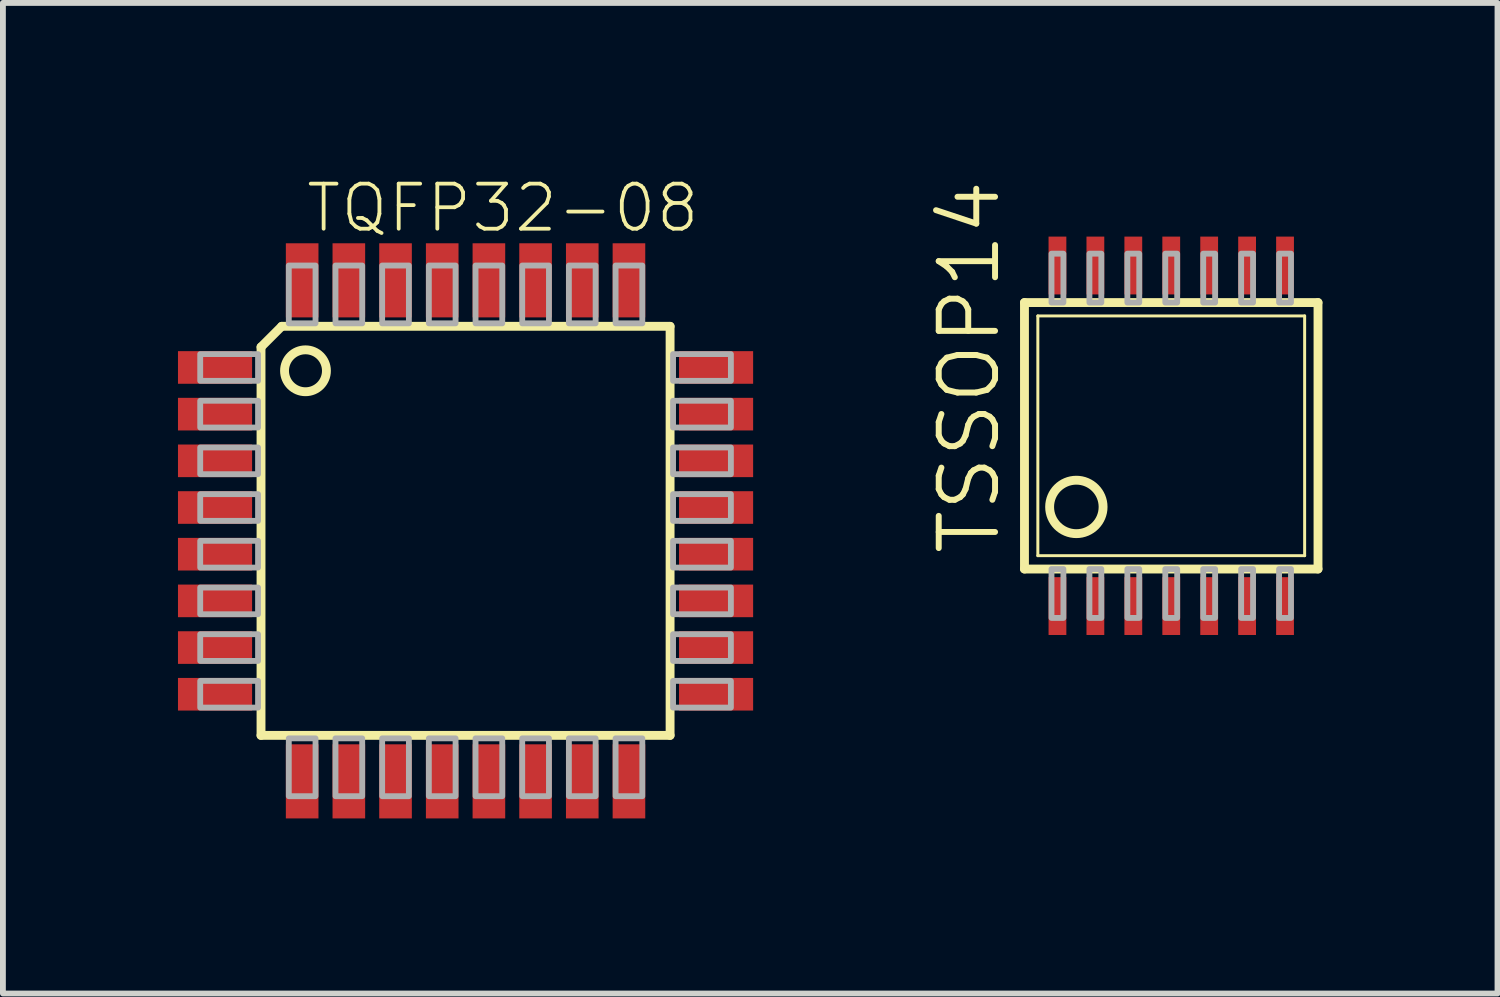
<source format=kicad_pcb>
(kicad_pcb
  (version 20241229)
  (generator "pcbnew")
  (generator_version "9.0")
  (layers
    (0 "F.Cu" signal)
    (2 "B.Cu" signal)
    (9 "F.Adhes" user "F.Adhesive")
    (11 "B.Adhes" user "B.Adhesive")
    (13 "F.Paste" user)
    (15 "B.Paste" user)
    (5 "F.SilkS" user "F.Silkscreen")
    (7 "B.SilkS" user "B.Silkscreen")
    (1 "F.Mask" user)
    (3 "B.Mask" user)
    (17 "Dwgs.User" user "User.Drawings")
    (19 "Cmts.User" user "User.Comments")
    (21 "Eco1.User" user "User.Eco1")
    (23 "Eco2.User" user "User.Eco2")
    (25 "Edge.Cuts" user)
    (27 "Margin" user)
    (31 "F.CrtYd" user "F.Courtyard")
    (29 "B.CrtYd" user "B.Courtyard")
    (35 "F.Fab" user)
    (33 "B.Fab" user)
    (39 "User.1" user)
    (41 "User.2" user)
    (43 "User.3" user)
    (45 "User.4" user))
  (footprint "TSSOP14"
    (layer "F.Cu")
    (at 17.021 4.418)
    (property "Reference" "TSSOP14" (at -2.896 2.083 90) (layer "F.SilkS") (effects (font (size 0.965 0.965) (thickness 0.102)) (justify left bottom)))
    (attr through_hole)
    (fp_line (start -2.515 2.283) (end -2.515 -2.283) (stroke (width 0.152) (type solid)) (layer "F.SilkS"))
    (fp_line (start -2.515 2.283) (end 2.515 2.283) (stroke (width 0.152) (type solid)) (layer "F.SilkS"))
    (fp_line (start -2.286 2.054) (end -2.286 -2.054) (stroke (width 0.051) (type solid)) (layer "F.SilkS"))
    (fp_line (start -2.286 2.054) (end 2.286 2.054) (stroke (width 0.051) (type solid)) (layer "F.SilkS"))
    (fp_line (start 2.286 -2.054) (end -2.286 -2.054) (stroke (width 0.051) (type solid)) (layer "F.SilkS"))
    (fp_line (start 2.286 -2.054) (end 2.286 2.054) (stroke (width 0.051) (type solid)) (layer "F.SilkS"))
    (fp_line (start 2.515 -2.283) (end -2.515 -2.283) (stroke (width 0.152) (type solid)) (layer "F.SilkS"))
    (fp_line (start 2.515 -2.283) (end 2.515 2.283) (stroke (width 0.152) (type solid)) (layer "F.SilkS"))
    (fp_circle (center -1.626 1.219) (end -1.168 1.219) (stroke (width 0.152) (type solid)) (fill no) (layer "F.SilkS"))
    (fp_poly (pts (xy -2.052 -2.283) (xy -1.848 -2.283) (xy -1.848 -3.121) (xy -2.052 -3.121)) (stroke (width 0.1) (type solid)) (fill no) (layer "F.Fab"))
    (fp_poly (pts (xy -2.052 3.121) (xy -1.848 3.121) (xy -1.848 2.283) (xy -2.052 2.283)) (stroke (width 0.1) (type solid)) (fill no) (layer "F.Fab"))
    (fp_poly (pts (xy -1.402 -2.283) (xy -1.198 -2.283) (xy -1.198 -3.121) (xy -1.402 -3.121)) (stroke (width 0.1) (type solid)) (fill no) (layer "F.Fab"))
    (fp_poly (pts (xy -1.402 3.121) (xy -1.198 3.121) (xy -1.198 2.283) (xy -1.402 2.283)) (stroke (width 0.1) (type solid)) (fill no) (layer "F.Fab"))
    (fp_poly (pts (xy -0.752 -2.283) (xy -0.548 -2.283) (xy -0.548 -3.121) (xy -0.752 -3.121)) (stroke (width 0.1) (type solid)) (fill no) (layer "F.Fab"))
    (fp_poly (pts (xy -0.752 3.121) (xy -0.548 3.121) (xy -0.548 2.283) (xy -0.752 2.283)) (stroke (width 0.1) (type solid)) (fill no) (layer "F.Fab"))
    (fp_poly (pts (xy -0.102 -2.283) (xy 0.102 -2.283) (xy 0.102 -3.121) (xy -0.102 -3.121)) (stroke (width 0.1) (type solid)) (fill no) (layer "F.Fab"))
    (fp_poly (pts (xy -0.102 3.121) (xy 0.102 3.121) (xy 0.102 2.283) (xy -0.102 2.283)) (stroke (width 0.1) (type solid)) (fill no) (layer "F.Fab"))
    (fp_poly (pts (xy 0.548 -2.283) (xy 0.752 -2.283) (xy 0.752 -3.121) (xy 0.548 -3.121)) (stroke (width 0.1) (type solid)) (fill no) (layer "F.Fab"))
    (fp_poly (pts (xy 0.548 3.121) (xy 0.752 3.121) (xy 0.752 2.283) (xy 0.548 2.283)) (stroke (width 0.1) (type solid)) (fill no) (layer "F.Fab"))
    (fp_poly (pts (xy 1.198 -2.283) (xy 1.402 -2.283) (xy 1.402 -3.121) (xy 1.198 -3.121)) (stroke (width 0.1) (type solid)) (fill no) (layer "F.Fab"))
    (fp_poly (pts (xy 1.198 3.121) (xy 1.402 3.121) (xy 1.402 2.283) (xy 1.198 2.283)) (stroke (width 0.1) (type solid)) (fill no) (layer "F.Fab"))
    (fp_poly (pts (xy 1.848 -2.283) (xy 2.052 -2.283) (xy 2.052 -3.121) (xy 1.848 -3.121)) (stroke (width 0.1) (type solid)) (fill no) (layer "F.Fab"))
    (fp_poly (pts (xy 1.848 3.121) (xy 2.052 3.121) (xy 2.052 2.283) (xy 1.848 2.283)) (stroke (width 0.1) (type solid)) (fill no) (layer "F.Fab"))
    (pad "1" smd rect (at -1.95 2.918) (size 0.305 0.991) (layers "F.Cu" "F.Mask" "F.Paste"))
    (pad "2" smd rect (at -1.3 2.918) (size 0.305 0.991) (layers "F.Cu" "F.Mask" "F.Paste"))
    (pad "3" smd rect (at -0.65 2.918) (size 0.305 0.991) (layers "F.Cu" "F.Mask" "F.Paste"))
    (pad "4" smd rect (at 0 2.918) (size 0.305 0.991) (layers "F.Cu" "F.Mask" "F.Paste"))
    (pad "5" smd rect (at 0.65 2.918) (size 0.305 0.991) (layers "F.Cu" "F.Mask" "F.Paste"))
    (pad "6" smd rect (at 1.3 2.918) (size 0.305 0.991) (layers "F.Cu" "F.Mask" "F.Paste"))
    (pad "7" smd rect (at 1.95 2.918) (size 0.305 0.991) (layers "F.Cu" "F.Mask" "F.Paste"))
    (pad "8" smd rect (at 1.95 -2.918) (size 0.305 0.991) (layers "F.Cu" "F.Mask" "F.Paste"))
    (pad "9" smd rect (at 1.3 -2.918) (size 0.305 0.991) (layers "F.Cu" "F.Mask" "F.Paste"))
    (pad "10" smd rect (at 0.65 -2.918) (size 0.305 0.991) (layers "F.Cu" "F.Mask" "F.Paste"))
    (pad "11" smd rect (at 0 -2.918) (size 0.305 0.991) (layers "F.Cu" "F.Mask" "F.Paste"))
    (pad "12" smd rect (at -0.65 -2.918) (size 0.305 0.991) (layers "F.Cu" "F.Mask" "F.Paste"))
    (pad "13" smd rect (at -1.3 -2.918) (size 0.305 0.991) (layers "F.Cu" "F.Mask" "F.Paste"))
    (pad "14" smd rect (at -1.95 -2.918) (size 0.305 0.991) (layers "F.Cu" "F.Mask" "F.Paste")))
  (footprint "TQFP32-08"
    (layer "F.Cu")
    (at 4.928 6.047)
    (property "Reference" "TQFP32-08" (at -2.769 -5.08 0) (layer "F.SilkS") (effects (font (size 0.772 0.772) (thickness 0.065)) (justify left bottom)))
    (attr through_hole)
    (fp_line (start -3.505 3.505) (end -3.505 -3.15) (stroke (width 0.152) (type solid)) (layer "F.SilkS"))
    (fp_line (start -3.15 -3.505) (end -3.505 -3.15) (stroke (width 0.152) (type solid)) (layer "F.SilkS"))
    (fp_line (start -3.15 -3.505) (end 3.505 -3.505) (stroke (width 0.152) (type solid)) (layer "F.SilkS"))
    (fp_line (start 3.505 -3.505) (end 3.505 3.505) (stroke (width 0.152) (type solid)) (layer "F.SilkS"))
    (fp_line (start 3.505 3.505) (end -3.505 3.505) (stroke (width 0.152) (type solid)) (layer "F.SilkS"))
    (fp_circle (center -2.743 -2.743) (end -2.384 -2.743) (stroke (width 0.152) (type solid)) (fill no) (layer "F.SilkS"))
    (fp_poly (pts (xy -4.547 -2.571) (xy -3.556 -2.571) (xy -3.556 -3.029) (xy -4.547 -3.029)) (stroke (width 0.1) (type solid)) (fill no) (layer "F.Fab"))
    (fp_poly (pts (xy -4.547 -1.771) (xy -3.556 -1.771) (xy -3.556 -2.229) (xy -4.547 -2.229)) (stroke (width 0.1) (type solid)) (fill no) (layer "F.Fab"))
    (fp_poly (pts (xy -4.547 -0.971) (xy -3.556 -0.971) (xy -3.556 -1.429) (xy -4.547 -1.429)) (stroke (width 0.1) (type solid)) (fill no) (layer "F.Fab"))
    (fp_poly (pts (xy -4.547 -0.171) (xy -3.556 -0.171) (xy -3.556 -0.629) (xy -4.547 -0.629)) (stroke (width 0.1) (type solid)) (fill no) (layer "F.Fab"))
    (fp_poly (pts (xy -4.547 0.629) (xy -3.556 0.629) (xy -3.556 0.171) (xy -4.547 0.171)) (stroke (width 0.1) (type solid)) (fill no) (layer "F.Fab"))
    (fp_poly (pts (xy -4.547 1.429) (xy -3.556 1.429) (xy -3.556 0.971) (xy -4.547 0.971)) (stroke (width 0.1) (type solid)) (fill no) (layer "F.Fab"))
    (fp_poly (pts (xy -4.547 2.229) (xy -3.556 2.229) (xy -3.556 1.771) (xy -4.547 1.771)) (stroke (width 0.1) (type solid)) (fill no) (layer "F.Fab"))
    (fp_poly (pts (xy -4.547 3.029) (xy -3.556 3.029) (xy -3.556 2.571) (xy -4.547 2.571)) (stroke (width 0.1) (type solid)) (fill no) (layer "F.Fab"))
    (fp_poly (pts (xy -3.029 -3.556) (xy -2.571 -3.556) (xy -2.571 -4.547) (xy -3.029 -4.547)) (stroke (width 0.1) (type solid)) (fill no) (layer "F.Fab"))
    (fp_poly (pts (xy -3.029 4.547) (xy -2.571 4.547) (xy -2.571 3.556) (xy -3.029 3.556)) (stroke (width 0.1) (type solid)) (fill no) (layer "F.Fab"))
    (fp_poly (pts (xy -2.229 -3.556) (xy -1.771 -3.556) (xy -1.771 -4.547) (xy -2.229 -4.547)) (stroke (width 0.1) (type solid)) (fill no) (layer "F.Fab"))
    (fp_poly (pts (xy -2.229 4.547) (xy -1.771 4.547) (xy -1.771 3.556) (xy -2.229 3.556)) (stroke (width 0.1) (type solid)) (fill no) (layer "F.Fab"))
    (fp_poly (pts (xy -1.429 -3.556) (xy -0.971 -3.556) (xy -0.971 -4.547) (xy -1.429 -4.547)) (stroke (width 0.1) (type solid)) (fill no) (layer "F.Fab"))
    (fp_poly (pts (xy -1.429 4.547) (xy -0.971 4.547) (xy -0.971 3.556) (xy -1.429 3.556)) (stroke (width 0.1) (type solid)) (fill no) (layer "F.Fab"))
    (fp_poly (pts (xy -0.629 -3.556) (xy -0.171 -3.556) (xy -0.171 -4.547) (xy -0.629 -4.547)) (stroke (width 0.1) (type solid)) (fill no) (layer "F.Fab"))
    (fp_poly (pts (xy -0.629 4.547) (xy -0.171 4.547) (xy -0.171 3.556) (xy -0.629 3.556)) (stroke (width 0.1) (type solid)) (fill no) (layer "F.Fab"))
    (fp_poly (pts (xy 0.171 -3.556) (xy 0.629 -3.556) (xy 0.629 -4.547) (xy 0.171 -4.547)) (stroke (width 0.1) (type solid)) (fill no) (layer "F.Fab"))
    (fp_poly (pts (xy 0.171 4.547) (xy 0.629 4.547) (xy 0.629 3.556) (xy 0.171 3.556)) (stroke (width 0.1) (type solid)) (fill no) (layer "F.Fab"))
    (fp_poly (pts (xy 0.971 -3.556) (xy 1.429 -3.556) (xy 1.429 -4.547) (xy 0.971 -4.547)) (stroke (width 0.1) (type solid)) (fill no) (layer "F.Fab"))
    (fp_poly (pts (xy 0.971 4.547) (xy 1.429 4.547) (xy 1.429 3.556) (xy 0.971 3.556)) (stroke (width 0.1) (type solid)) (fill no) (layer "F.Fab"))
    (fp_poly (pts (xy 1.771 -3.556) (xy 2.229 -3.556) (xy 2.229 -4.547) (xy 1.771 -4.547)) (stroke (width 0.1) (type solid)) (fill no) (layer "F.Fab"))
    (fp_poly (pts (xy 1.771 4.547) (xy 2.229 4.547) (xy 2.229 3.556) (xy 1.771 3.556)) (stroke (width 0.1) (type solid)) (fill no) (layer "F.Fab"))
    (fp_poly (pts (xy 2.571 -3.556) (xy 3.029 -3.556) (xy 3.029 -4.547) (xy 2.571 -4.547)) (stroke (width 0.1) (type solid)) (fill no) (layer "F.Fab"))
    (fp_poly (pts (xy 2.571 4.547) (xy 3.029 4.547) (xy 3.029 3.556) (xy 2.571 3.556)) (stroke (width 0.1) (type solid)) (fill no) (layer "F.Fab"))
    (fp_poly (pts (xy 3.556 -2.571) (xy 4.547 -2.571) (xy 4.547 -3.029) (xy 3.556 -3.029)) (stroke (width 0.1) (type solid)) (fill no) (layer "F.Fab"))
    (fp_poly (pts (xy 3.556 -1.771) (xy 4.547 -1.771) (xy 4.547 -2.229) (xy 3.556 -2.229)) (stroke (width 0.1) (type solid)) (fill no) (layer "F.Fab"))
    (fp_poly (pts (xy 3.556 -0.971) (xy 4.547 -0.971) (xy 4.547 -1.429) (xy 3.556 -1.429)) (stroke (width 0.1) (type solid)) (fill no) (layer "F.Fab"))
    (fp_poly (pts (xy 3.556 -0.171) (xy 4.547 -0.171) (xy 4.547 -0.629) (xy 3.556 -0.629)) (stroke (width 0.1) (type solid)) (fill no) (layer "F.Fab"))
    (fp_poly (pts (xy 3.556 0.629) (xy 4.547 0.629) (xy 4.547 0.171) (xy 3.556 0.171)) (stroke (width 0.1) (type solid)) (fill no) (layer "F.Fab"))
    (fp_poly (pts (xy 3.556 1.429) (xy 4.547 1.429) (xy 4.547 0.971) (xy 3.556 0.971)) (stroke (width 0.1) (type solid)) (fill no) (layer "F.Fab"))
    (fp_poly (pts (xy 3.556 2.229) (xy 4.547 2.229) (xy 4.547 1.771) (xy 3.556 1.771)) (stroke (width 0.1) (type solid)) (fill no) (layer "F.Fab"))
    (fp_poly (pts (xy 3.556 3.029) (xy 4.547 3.029) (xy 4.547 2.571) (xy 3.556 2.571)) (stroke (width 0.1) (type solid)) (fill no) (layer "F.Fab"))
    (pad "1" smd rect (at -4.293 -2.8) (size 1.27 0.559) (layers "F.Cu" "F.Mask" "F.Paste"))
    (pad "2" smd rect (at -4.293 -2) (size 1.27 0.559) (layers "F.Cu" "F.Mask" "F.Paste"))
    (pad "3" smd rect (at -4.293 -1.2) (size 1.27 0.559) (layers "F.Cu" "F.Mask" "F.Paste"))
    (pad "4" smd rect (at -4.293 -0.4) (size 1.27 0.559) (layers "F.Cu" "F.Mask" "F.Paste"))
    (pad "5" smd rect (at -4.293 0.4) (size 1.27 0.559) (layers "F.Cu" "F.Mask" "F.Paste"))
    (pad "6" smd rect (at -4.293 1.2) (size 1.27 0.559) (layers "F.Cu" "F.Mask" "F.Paste"))
    (pad "7" smd rect (at -4.293 2) (size 1.27 0.559) (layers "F.Cu" "F.Mask" "F.Paste"))
    (pad "8" smd rect (at -4.293 2.8) (size 1.27 0.559) (layers "F.Cu" "F.Mask" "F.Paste"))
    (pad "9" smd rect (at -2.8 4.293) (size 0.559 1.27) (layers "F.Cu" "F.Mask" "F.Paste"))
    (pad "10" smd rect (at -2 4.293) (size 0.559 1.27) (layers "F.Cu" "F.Mask" "F.Paste"))
    (pad "11" smd rect (at -1.2 4.293) (size 0.559 1.27) (layers "F.Cu" "F.Mask" "F.Paste"))
    (pad "12" smd rect (at -0.4 4.293) (size 0.559 1.27) (layers "F.Cu" "F.Mask" "F.Paste"))
    (pad "13" smd rect (at 0.4 4.293) (size 0.559 1.27) (layers "F.Cu" "F.Mask" "F.Paste"))
    (pad "14" smd rect (at 1.2 4.293) (size 0.559 1.27) (layers "F.Cu" "F.Mask" "F.Paste"))
    (pad "15" smd rect (at 2 4.293) (size 0.559 1.27) (layers "F.Cu" "F.Mask" "F.Paste"))
    (pad "16" smd rect (at 2.8 4.293) (size 0.559 1.27) (layers "F.Cu" "F.Mask" "F.Paste"))
    (pad "17" smd rect (at 4.293 2.8) (size 1.27 0.559) (layers "F.Cu" "F.Mask" "F.Paste"))
    (pad "18" smd rect (at 4.293 2) (size 1.27 0.559) (layers "F.Cu" "F.Mask" "F.Paste"))
    (pad "19" smd rect (at 4.293 1.2) (size 1.27 0.559) (layers "F.Cu" "F.Mask" "F.Paste"))
    (pad "20" smd rect (at 4.293 0.4) (size 1.27 0.559) (layers "F.Cu" "F.Mask" "F.Paste"))
    (pad "21" smd rect (at 4.293 -0.4) (size 1.27 0.559) (layers "F.Cu" "F.Mask" "F.Paste"))
    (pad "22" smd rect (at 4.293 -1.2) (size 1.27 0.559) (layers "F.Cu" "F.Mask" "F.Paste"))
    (pad "23" smd rect (at 4.293 -2) (size 1.27 0.559) (layers "F.Cu" "F.Mask" "F.Paste"))
    (pad "24" smd rect (at 4.293 -2.8) (size 1.27 0.559) (layers "F.Cu" "F.Mask" "F.Paste"))
    (pad "25" smd rect (at 2.8 -4.293) (size 0.559 1.27) (layers "F.Cu" "F.Mask" "F.Paste"))
    (pad "26" smd rect (at 2 -4.293) (size 0.559 1.27) (layers "F.Cu" "F.Mask" "F.Paste"))
    (pad "27" smd rect (at 1.2 -4.293) (size 0.559 1.27) (layers "F.Cu" "F.Mask" "F.Paste"))
    (pad "28" smd rect (at 0.4 -4.293) (size 0.559 1.27) (layers "F.Cu" "F.Mask" "F.Paste"))
    (pad "29" smd rect (at -0.4 -4.293) (size 0.559 1.27) (layers "F.Cu" "F.Mask" "F.Paste"))
    (pad "30" smd rect (at -1.2 -4.293) (size 0.559 1.27) (layers "F.Cu" "F.Mask" "F.Paste"))
    (pad "31" smd rect (at -2 -4.293) (size 0.559 1.27) (layers "F.Cu" "F.Mask" "F.Paste"))
    (pad "32" smd rect (at -2.8 -4.293) (size 0.559 1.27) (layers "F.Cu" "F.Mask" "F.Paste")))
  (gr_rect
    (start -3 -3)
    (end 22.612 13.975)
    (stroke (width 0.1) (type default))
    (fill no)
    (layer "Edge.Cuts")))
</source>
